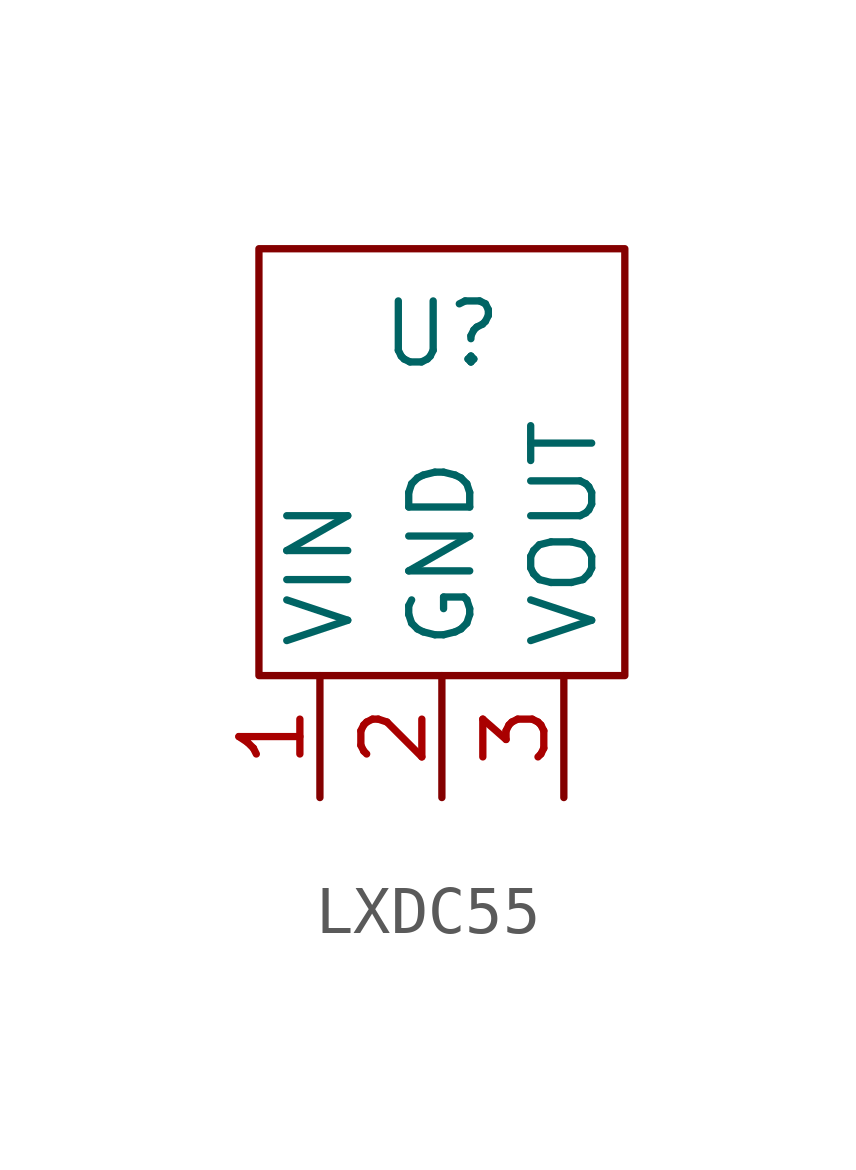
<source format=kicad_sym>
(kicad_symbol_lib
  (version 20231120)
  (generator "kicad_symbol_editor")
  (generator_version "8.0")
  (symbol "LXDC55"
    (property "Reference" "U"
      (at 0 5.842 0)
      (effects (font (size 1.27 1.27))))
    (property "Value" ""
      (at -1.27 0 0)
      (effects (font (size 1.27 1.27))))
    (symbol "LXDC55_0_1"
      (rectangle (start -3.81 -1.27) (end 3.81 7.62) (stroke (width 0) (type default)) (fill (type none))))
    (symbol "LXDC55_1_1"
      (pin input line (at -2.54 -3.81 90) (length 2.54) (name "VIN" (effects (font (size 1.27 1.27)))) (number "1" (effects (font (size 1.27 1.27)))))
      (pin input line (at 0 -3.81 90) (length 2.54) (name "GND" (effects (font (size 1.27 1.27)))) (number "2" (effects (font (size 1.27 1.27)))))
      (pin input line (at 2.54 -3.81 90) (length 2.54) (name "VOUT" (effects (font (size 1.27 1.27)))) (number "3" (effects (font (size 1.27 1.27))))))))
</source>
